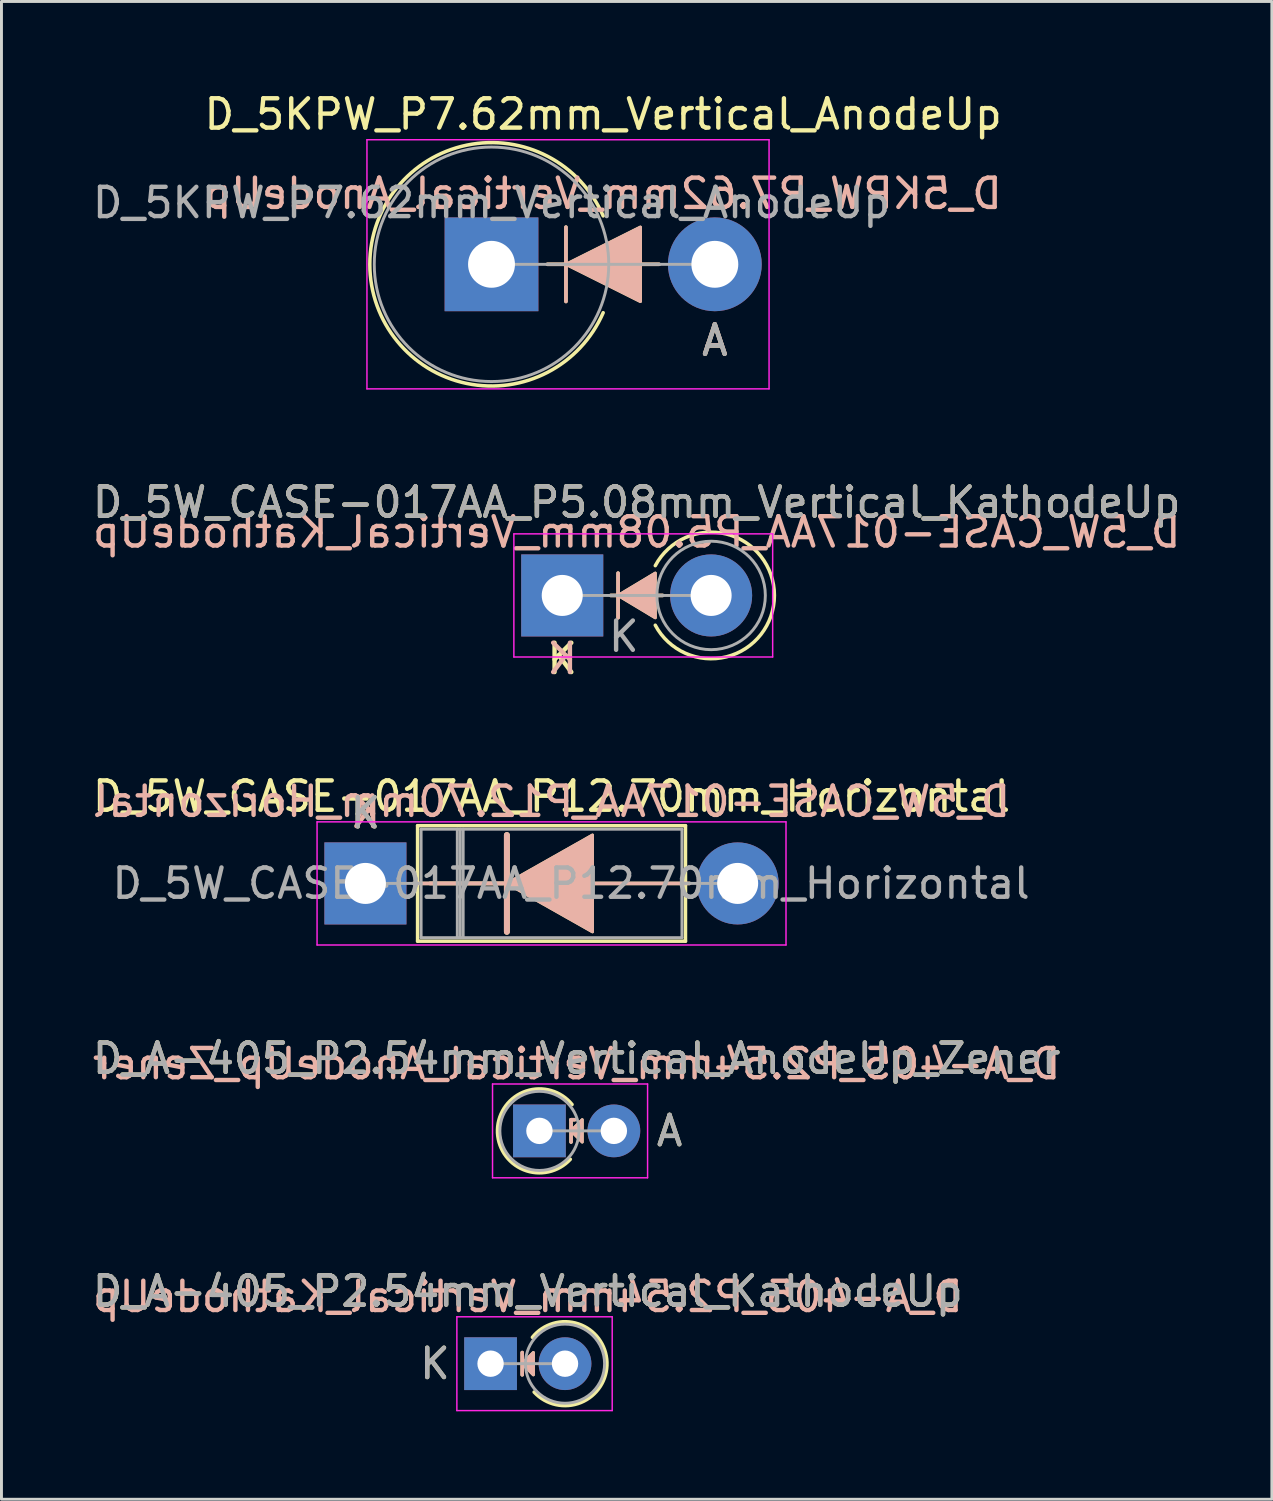
<source format=kicad_pcb>
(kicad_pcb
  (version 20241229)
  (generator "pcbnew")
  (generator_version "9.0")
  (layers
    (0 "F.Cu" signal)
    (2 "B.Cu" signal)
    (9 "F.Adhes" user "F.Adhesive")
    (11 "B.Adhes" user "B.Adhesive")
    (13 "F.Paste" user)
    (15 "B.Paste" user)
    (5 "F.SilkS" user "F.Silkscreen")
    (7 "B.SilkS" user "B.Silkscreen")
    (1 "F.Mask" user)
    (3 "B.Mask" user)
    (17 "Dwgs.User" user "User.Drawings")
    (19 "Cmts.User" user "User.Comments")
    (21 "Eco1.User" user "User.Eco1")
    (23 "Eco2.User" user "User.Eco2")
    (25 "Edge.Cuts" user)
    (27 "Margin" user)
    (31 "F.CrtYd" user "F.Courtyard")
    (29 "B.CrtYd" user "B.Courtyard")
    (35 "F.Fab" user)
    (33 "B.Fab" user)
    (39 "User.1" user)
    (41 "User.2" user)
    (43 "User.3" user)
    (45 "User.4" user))
  (footprint "D_5W_CASE-017AA_P12.70mm_Horizontal"
    (layer "F.Cu")
    (at 9.418 27.092)
    (property "Reference" "D_5W_CASE-017AA_P12.70mm_Horizontal" (at 6.35 -2.97 0) (layer "F.SilkS") (effects (font (size 1 1) (thickness 0.15))))
    (fp_line (start 1.64 0) (end 1.78 0) (stroke (width 0.12) (type solid)) (layer "F.SilkS"))
    (fp_line (start 1.78 -1.97) (end 1.78 1.97) (stroke (width 0.12) (type solid)) (layer "F.SilkS"))
    (fp_line (start 1.78 0) (end 4.826 0) (stroke (width 0.12) (type solid)) (layer "F.SilkS"))
    (fp_line (start 1.78 1.97) (end 10.92 1.97) (stroke (width 0.12) (type solid)) (layer "F.SilkS"))
    (fp_line (start 4.699 0) (end 2.2 0) (stroke (width 0.12) (type solid)) (layer "F.SilkS"))
    (fp_line (start 4.826 -1.651) (end 4.826 1.651) (stroke (width 0.2) (type solid)) (layer "F.SilkS"))
    (fp_line (start 10.92 -1.97) (end 1.78 -1.97) (stroke (width 0.12) (type solid)) (layer "F.SilkS"))
    (fp_line (start 10.92 0) (end 7.62 0) (stroke (width 0.12) (type solid)) (layer "F.SilkS"))
    (fp_line (start 10.92 1.97) (end 10.92 -1.97) (stroke (width 0.12) (type solid)) (layer "F.SilkS"))
    (fp_line (start 11.06 0) (end 10.92 0) (stroke (width 0.12) (type solid)) (layer "F.SilkS"))
    (fp_poly (pts (xy 7.747 1.651) (xy 4.826 0) (xy 7.747 -1.651)) (stroke (width 0.1) (type solid)) (fill yes) (layer "F.SilkS"))
    (fp_line (start 1.64 0) (end 1.78 0) (stroke (width 0.12) (type solid)) (layer "B.SilkS"))
    (fp_line (start 1.78 0) (end 4.826 0) (stroke (width 0.12) (type solid)) (layer "B.SilkS"))
    (fp_line (start 4.699 0) (end 2.2 0) (stroke (width 0.12) (type solid)) (layer "B.SilkS"))
    (fp_line (start 4.826 1.651) (end 4.826 -1.651) (stroke (width 0.2) (type solid)) (layer "B.SilkS"))
    (fp_line (start 10.92 0) (end 7.62 0) (stroke (width 0.12) (type solid)) (layer "B.SilkS"))
    (fp_line (start 11.06 0) (end 10.92 0) (stroke (width 0.12) (type solid)) (layer "B.SilkS"))
    (fp_poly (pts (xy 7.747 -1.651) (xy 4.826 0) (xy 7.747 1.651)) (stroke (width 0.1) (type solid)) (fill yes) (layer "B.SilkS"))
    (fp_line (start -1.65 -2.1) (end -1.65 2.1) (stroke (width 0.05) (type solid)) (layer "F.CrtYd"))
    (fp_line (start -1.65 2.1) (end 14.35 2.1) (stroke (width 0.05) (type solid)) (layer "F.CrtYd"))
    (fp_line (start 14.35 -2.1) (end -1.65 -2.1) (stroke (width 0.05) (type solid)) (layer "F.CrtYd"))
    (fp_line (start 14.35 2.1) (end 14.35 -2.1) (stroke (width 0.05) (type solid)) (layer "F.CrtYd"))
    (fp_line (start 0 0) (end 1.9 0) (stroke (width 0.1) (type solid)) (layer "F.Fab"))
    (fp_line (start 1.9 -1.85) (end 1.9 1.85) (stroke (width 0.1) (type solid)) (layer "F.Fab"))
    (fp_line (start 1.9 1.85) (end 10.8 1.85) (stroke (width 0.1) (type solid)) (layer "F.Fab"))
    (fp_line (start 3.135 -1.85) (end 3.135 1.85) (stroke (width 0.1) (type solid)) (layer "F.Fab"))
    (fp_line (start 3.235 -1.85) (end 3.235 1.85) (stroke (width 0.1) (type solid)) (layer "F.Fab"))
    (fp_line (start 3.335 -1.85) (end 3.335 1.85) (stroke (width 0.1) (type solid)) (layer "F.Fab"))
    (fp_line (start 10.8 -1.85) (end 1.9 -1.85) (stroke (width 0.1) (type solid)) (layer "F.Fab"))
    (fp_line (start 10.8 1.85) (end 10.8 -1.85) (stroke (width 0.1) (type solid)) (layer "F.Fab"))
    (fp_line (start 12.7 0) (end 10.8 0) (stroke (width 0.1) (type solid)) (layer "F.Fab"))
    (fp_text user "K" (at 0 -2.4 0) (layer "F.SilkS") (effects (font (size 1 1) (thickness 0.15))))
    (fp_text user "K" (at 0 -2.413 0) (layer "B.SilkS") (effects (font (size 1 1) (thickness 0.15)) (justify mirror)))
    (fp_text user "${REFERENCE}" (at 6.35 -2.794 0) (layer "B.SilkS") (effects (font (size 1 1) (thickness 0.15)) (justify mirror)))
    (fp_text user "${REFERENCE}" (at 7.018 0 0) (layer "F.Fab") (effects (font (size 1 1) (thickness 0.15))))
    (fp_text user "K" (at 0 -2.4 0) (layer "F.Fab") (effects (font (size 1 1) (thickness 0.15))))
    (pad "1" thru_hole rect (at 0 0) (size 2.8 2.8) (drill 1.4) (layers "*.Cu" "*.Mask"))
    (pad "2" thru_hole oval (at 12.7 0) (size 2.8 2.8) (drill 1.4) (layers "*.Cu" "*.Mask")))
  (footprint "D_5W_CASE-017AA_P5.08mm_Vertical_KathodeUp"
    (layer "F.Cu")
    (at 16.133 17.266)
    (property "Reference" "D_5W_CASE-017AA_P5.08mm_Vertical_KathodeUp" (at 2.54 -3.175 0) (layer "F.SilkS") (effects (font (size 1 1) (thickness 0.15))))
    (attr through_hole)
    (fp_line (start 1.651 0) (end 3.429 0) (stroke (width 0.12) (type solid)) (layer "F.SilkS"))
    (fp_line (start 1.905 -0.762) (end 1.905 0.762) (stroke (width 0.12) (type solid)) (layer "F.SilkS"))
    (fp_arc (start 3.175 -1.016) (mid 7.238998 0) (end 3.175 1.016) (stroke (width 0.12) (type solid)) (layer "F.SilkS"))
    (fp_poly (pts (xy 3.175 0.762) (xy 1.905 0) (xy 3.175 -0.762)) (stroke (width 0.1) (type solid)) (fill yes) (layer "F.SilkS"))
    (fp_line (start 1.651 0) (end 3.429 0) (stroke (width 0.12) (type solid)) (layer "B.SilkS"))
    (fp_line (start 1.905 0.762) (end 1.905 -0.762) (stroke (width 0.12) (type solid)) (layer "B.SilkS"))
    (fp_poly (pts (xy 3.175 -0.762) (xy 1.905 0) (xy 3.175 0.762)) (stroke (width 0.1) (type solid)) (fill yes) (layer "B.SilkS"))
    (fp_line (start -1.65 -2.1) (end -1.65 2.1) (stroke (width 0.05) (type solid)) (layer "F.CrtYd"))
    (fp_line (start -1.65 2.1) (end 7.18 2.1) (stroke (width 0.05) (type solid)) (layer "F.CrtYd"))
    (fp_line (start 7.18 -2.1) (end -1.65 -2.1) (stroke (width 0.05) (type solid)) (layer "F.CrtYd"))
    (fp_line (start 7.18 2.1) (end 7.18 -2.1) (stroke (width 0.05) (type solid)) (layer "F.CrtYd"))
    (fp_line (start 0 0) (end 5.08 0) (stroke (width 0.1) (type solid)) (layer "F.Fab"))
    (fp_circle (center 5.08 0) (end 6.93 0) (stroke (width 0.1) (type solid)) (fill no) (layer "F.Fab"))
    (fp_text user "K" (at 0 2.159 0) (layer "F.SilkS") (effects (font (size 1 1) (thickness 0.15))))
    (fp_text user "K" (at 0 2.159 0) (layer "B.SilkS") (effects (font (size 1 1) (thickness 0.15)) (justify mirror)))
    (fp_text user "${REFERENCE}" (at 2.54 -2.159 0) (layer "B.SilkS") (effects (font (size 1 1) (thickness 0.15)) (justify mirror)))
    (fp_text user "${REFERENCE}" (at 2.54 -3.175 0) (layer "F.Fab") (effects (font (size 1 1) (thickness 0.15))))
    (fp_text user "K" (at 2.1 1.4 0) (layer "F.Fab") (effects (font (size 1 1) (thickness 0.15))))
    (pad "1" thru_hole rect (at 0 0) (size 2.8 2.8) (drill 1.4) (layers "*.Cu" "*.Mask"))
    (pad "2" thru_hole oval (at 5.08 0) (size 2.8 2.8) (drill 1.4) (layers "*.Cu" "*.Mask")))
  (footprint "D_A-405_P2.54mm_Vertical_AnodeUp_Zener"
    (layer "F.Cu")
    (at 15.355 35.535)
    (property "Reference" "D_A-405_P2.54mm_Vertical_AnodeUp_Zener" (at 1.27 -2.47 0) (layer "F.SilkS") (effects (font (size 1 1) (thickness 0.15))))
    (fp_line (start 1.079 -0.381) (end 1.079 0.381) (stroke (width 0.12) (type solid)) (layer "F.SilkS"))
    (fp_line (start 1.079 -0.381) (end 1.206 -0.381) (stroke (width 0.12) (type solid)) (layer "F.SilkS"))
    (fp_arc (start 1.05385 0.968866) (mid -1.430816 -0.045469) (end 1.113239 -0.9) (stroke (width 0.12) (type solid)) (layer "F.SilkS"))
    (fp_poly (pts (xy 1.46 0.381) (xy 1.079 0) (xy 1.46 -0.381)) (stroke (width 0.1) (type solid)) (fill yes) (layer "F.SilkS"))
    (fp_line (start 1.079 -0.381) (end 1.206 -0.381) (stroke (width 0.12) (type solid)) (layer "B.SilkS"))
    (fp_line (start 1.079 0.381) (end 1.079 -0.381) (stroke (width 0.12) (type solid)) (layer "B.SilkS"))
    (fp_poly (pts (xy 1.46 -0.381) (xy 1.079 0) (xy 1.46 0.381)) (stroke (width 0.1) (type solid)) (fill yes) (layer "B.SilkS"))
    (fp_line (start -1.6 -1.6) (end -1.6 1.6) (stroke (width 0.05) (type solid)) (layer "F.CrtYd"))
    (fp_line (start -1.6 1.6) (end 3.69 1.6) (stroke (width 0.05) (type solid)) (layer "F.CrtYd"))
    (fp_line (start 3.69 -1.6) (end -1.6 -1.6) (stroke (width 0.05) (type solid)) (layer "F.CrtYd"))
    (fp_line (start 3.69 1.6) (end 3.69 -1.6) (stroke (width 0.05) (type solid)) (layer "F.CrtYd"))
    (fp_line (start 0 0) (end 2.54 0) (stroke (width 0.1) (type solid)) (layer "F.Fab"))
    (fp_circle (center 0 0) (end 1.35 0) (stroke (width 0.1) (type solid)) (fill no) (layer "F.Fab"))
    (fp_text user "A" (at 4.44 0 0) (layer "F.SilkS") (effects (font (size 1 1) (thickness 0.15))))
    (fp_text user "${REFERENCE}" (at 1.27 -2.286 0) (layer "B.SilkS") (effects (font (size 1 1) (thickness 0.15)) (justify mirror)))
    (fp_text user "${REFERENCE}" (at 1.27 -2.47 0) (layer "F.Fab") (effects (font (size 1 1) (thickness 0.15))))
    (fp_text user "A" (at 4.44 0 0) (layer "F.Fab") (effects (font (size 1 1) (thickness 0.15))))
    (pad "1" thru_hole rect (at 0 0) (size 1.8 1.8) (drill 0.9) (layers "*.Cu" "*.Mask"))
    (pad "2" thru_hole oval (at 2.54 0) (size 1.8 1.8) (drill 0.9) (layers "*.Cu" "*.Mask")))
  (footprint "D_5KPW_P7.62mm_Vertical_AnodeUp"
    (layer "F.Cu")
    (at 13.72 5.968)
    (property "Reference" "D_5KPW_P7.62mm_Vertical_AnodeUp" (at 3.81 -5.12 0) (layer "F.SilkS") (effects (font (size 1 1) (thickness 0.15))))
    (fp_line (start 1.905 0) (end 5.72 0) (stroke (width 0.12) (type solid)) (layer "F.SilkS"))
    (fp_line (start 2.54 1.27) (end 2.54 -1.27) (stroke (width 0.12) (type solid)) (layer "F.SilkS"))
    (fp_arc (start 3.809999 1.651) (mid -4.152336 0) (end 3.809999 -1.650999) (stroke (width 0.12) (type solid)) (layer "F.SilkS"))
    (fp_poly (pts (xy 5.08 1.27) (xy 2.54 0) (xy 5.08 -1.27)) (stroke (width 0.1) (type solid)) (fill yes) (layer "F.SilkS"))
    (fp_line (start 1.905 0) (end 5.72 0) (stroke (width 0.12) (type solid)) (layer "B.SilkS"))
    (fp_line (start 2.54 -1.27) (end 2.54 1.27) (stroke (width 0.12) (type solid)) (layer "B.SilkS"))
    (fp_poly (pts (xy 5.08 -1.27) (xy 2.54 0) (xy 5.08 1.27)) (stroke (width 0.1) (type solid)) (fill yes) (layer "B.SilkS"))
    (fp_line (start -4.25 -4.25) (end -4.25 4.25) (stroke (width 0.05) (type solid)) (layer "F.CrtYd"))
    (fp_line (start -4.25 4.25) (end 9.47 4.25) (stroke (width 0.05) (type solid)) (layer "F.CrtYd"))
    (fp_line (start 9.47 -4.25) (end -4.25 -4.25) (stroke (width 0.05) (type solid)) (layer "F.CrtYd"))
    (fp_line (start 9.47 4.25) (end 9.47 -4.25) (stroke (width 0.05) (type solid)) (layer "F.CrtYd"))
    (fp_line (start 0 0) (end 7.62 0) (stroke (width 0.1) (type solid)) (layer "F.Fab"))
    (fp_circle (center 0 0) (end 4 0) (stroke (width 0.1) (type solid)) (fill no) (layer "F.Fab"))
    (fp_text user "A" (at 7.62 2.6 0) (layer "F.SilkS") (effects (font (size 1 1) (thickness 0.15))))
    (fp_text user "${REFERENCE}" (at 3.81 -2.413 0) (unlocked yes) (layer "B.SilkS") (effects (font (size 1 1) (thickness 0.15)) (justify mirror)))
    (fp_text user "A" (at 7.62 2.591 0) (layer "B.SilkS") (effects (font (size 1 1) (thickness 0.15)) (justify mirror)))
    (fp_text user "${REFERENCE}" (at 0 -2.1 0) (layer "F.Fab") (effects (font (size 1 1) (thickness 0.15))))
    (fp_text user "A" (at 7.62 2.6 0) (layer "F.Fab") (effects (font (size 1 1) (thickness 0.15))))
    (pad "1" thru_hole rect (at 0 0) (size 3.2 3.2) (drill 1.6) (layers "*.Cu" "*.Mask"))
    (pad "2" thru_hole oval (at 7.62 0) (size 3.2 3.2) (drill 1.6) (layers "*.Cu" "*.Mask")))
  (footprint "D_A-405_P2.54mm_Vertical_KathodeUp"
    (layer "F.Cu")
    (at 13.688 43.478)
    (property "Reference" "D_A-405_P2.54mm_Vertical_KathodeUp" (at 1.27 -2.47 0) (layer "F.SilkS") (effects (font (size 1 1) (thickness 0.15))))
    (fp_line (start 1.079 -0.381) (end 1.079 0.381) (stroke (width 0.12) (type solid)) (layer "F.SilkS"))
    (fp_arc (start 1.426761 -0.9) (mid 3.970816 -0.045469) (end 1.48615 0.968866) (stroke (width 0.12) (type solid)) (layer "F.SilkS"))
    (fp_poly (pts (xy 1.46 0.381) (xy 1.079 0) (xy 1.46 -0.381)) (stroke (width 0.1) (type solid)) (fill yes) (layer "F.SilkS"))
    (fp_line (start 1.079 0.381) (end 1.079 -0.381) (stroke (width 0.12) (type solid)) (layer "B.SilkS"))
    (fp_poly (pts (xy 1.46 -0.381) (xy 1.079 0) (xy 1.46 0.381)) (stroke (width 0.1) (type solid)) (fill yes) (layer "B.SilkS"))
    (fp_line (start -1.15 -1.6) (end -1.15 1.6) (stroke (width 0.05) (type solid)) (layer "F.CrtYd"))
    (fp_line (start -1.15 1.6) (end 4.15 1.6) (stroke (width 0.05) (type solid)) (layer "F.CrtYd"))
    (fp_line (start 4.15 -1.6) (end -1.15 -1.6) (stroke (width 0.05) (type solid)) (layer "F.CrtYd"))
    (fp_line (start 4.15 1.6) (end 4.15 -1.6) (stroke (width 0.05) (type solid)) (layer "F.CrtYd"))
    (fp_line (start 0 0) (end 2.54 0) (stroke (width 0.1) (type solid)) (layer "F.Fab"))
    (fp_circle (center 2.54 0) (end 3.89 0) (stroke (width 0.1) (type solid)) (fill no) (layer "F.Fab"))
    (fp_text user "K" (at -1.9 0 0) (layer "F.SilkS") (effects (font (size 1 1) (thickness 0.15))))
    (fp_text user "${REFERENCE}" (at 1.27 -2.286 0) (layer "B.SilkS") (effects (font (size 1 1) (thickness 0.15)) (justify mirror)))
    (fp_text user "${REFERENCE}" (at 1.27 -2.47 0) (layer "F.Fab") (effects (font (size 1 1) (thickness 0.15))))
    (fp_text user "K" (at -1.9 0 0) (layer "F.Fab") (effects (font (size 1 1) (thickness 0.15))))
    (pad "1" thru_hole rect (at 0 0) (size 1.8 1.8) (drill 0.9) (layers "*.Cu" "*.Mask"))
    (pad "2" thru_hole oval (at 2.54 0) (size 1.8 1.8) (drill 0.9) (layers "*.Cu" "*.Mask")))
  (gr_rect
    (start -3 -3)
    (end 40.345 48.103)
    (stroke (width 0.1) (type default))
    (fill no)
    (layer "Edge.Cuts")))
</source>
